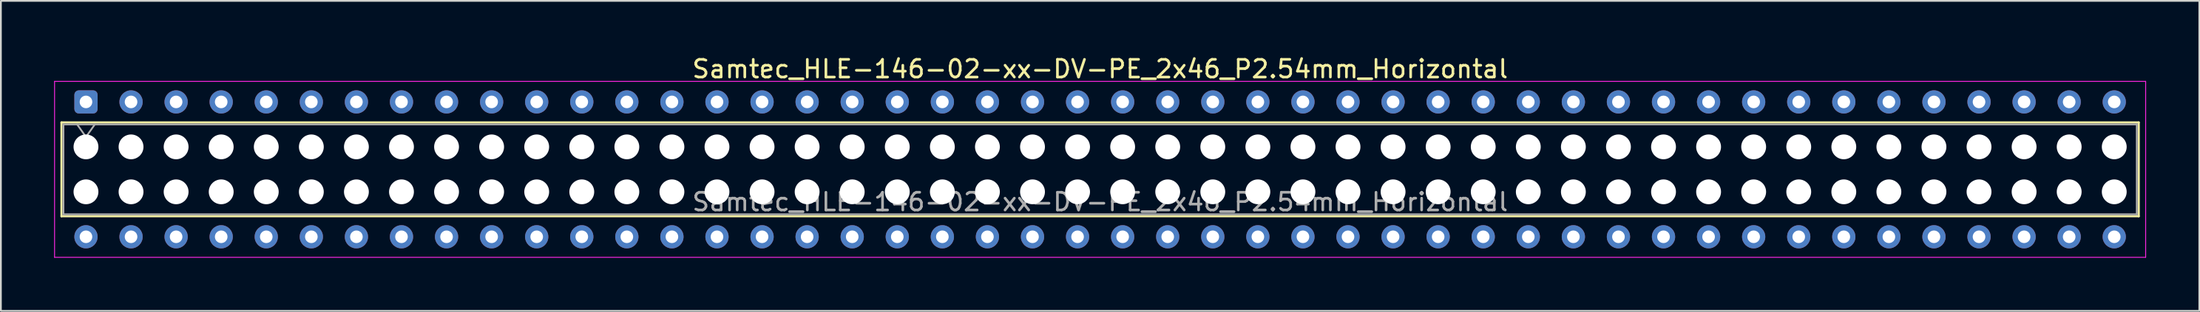
<source format=kicad_pcb>
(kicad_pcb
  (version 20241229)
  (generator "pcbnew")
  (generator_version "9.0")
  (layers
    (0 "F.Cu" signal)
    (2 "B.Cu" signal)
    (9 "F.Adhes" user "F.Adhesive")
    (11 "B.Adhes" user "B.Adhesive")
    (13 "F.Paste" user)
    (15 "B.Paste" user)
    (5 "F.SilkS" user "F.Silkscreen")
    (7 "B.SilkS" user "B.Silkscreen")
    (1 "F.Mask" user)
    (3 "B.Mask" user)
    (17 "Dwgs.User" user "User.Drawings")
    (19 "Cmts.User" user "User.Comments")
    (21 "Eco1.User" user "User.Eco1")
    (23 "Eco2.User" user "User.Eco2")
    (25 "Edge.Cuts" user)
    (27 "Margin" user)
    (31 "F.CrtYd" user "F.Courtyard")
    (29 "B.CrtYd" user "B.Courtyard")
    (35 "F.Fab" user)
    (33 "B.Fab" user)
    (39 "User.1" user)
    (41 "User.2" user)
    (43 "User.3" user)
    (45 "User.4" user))
  (footprint "Samtec_HLE-146-02-xx-DV-PE_2x46_P2.54mm_Horizontal"
    (layer "F.Cu")
    (at 1.795 2.708)
    (property "Reference" "Samtec_HLE-146-02-xx-DV-PE_2x46_P2.54mm_Horizontal" (at 57.15 -1.86 0) (layer "F.SilkS") (effects (font (size 1 1) (thickness 0.15))))
    (attr through_hole)
    (fp_line (start -1.38 1.16) (end 115.68 1.16) (stroke (width 0.12) (type solid)) (layer "F.SilkS"))
    (fp_line (start -1.38 6.46) (end -1.38 1.16) (stroke (width 0.12) (type solid)) (layer "F.SilkS"))
    (fp_line (start 115.68 1.16) (end 115.68 6.46) (stroke (width 0.12) (type solid)) (layer "F.SilkS"))
    (fp_line (start 115.68 6.46) (end -1.38 6.46) (stroke (width 0.12) (type solid)) (layer "F.SilkS"))
    (fp_line (start -1.77 -1.16) (end 116.07 -1.16) (stroke (width 0.05) (type solid)) (layer "F.CrtYd"))
    (fp_line (start -1.77 8.78) (end -1.77 -1.16) (stroke (width 0.05) (type solid)) (layer "F.CrtYd"))
    (fp_line (start 116.07 -1.16) (end 116.07 8.78) (stroke (width 0.05) (type solid)) (layer "F.CrtYd"))
    (fp_line (start 116.07 8.78) (end -1.77 8.78) (stroke (width 0.05) (type solid)) (layer "F.CrtYd"))
    (fp_line (start -1.27 1.27) (end 115.57 1.27) (stroke (width 0.1) (type solid)) (layer "F.Fab"))
    (fp_line (start -1.27 6.35) (end -1.27 1.27) (stroke (width 0.1) (type solid)) (layer "F.Fab"))
    (fp_line (start -0.5 1.27) (end 0 1.977) (stroke (width 0.1) (type solid)) (layer "F.Fab"))
    (fp_line (start 0 1.977) (end 0.5 1.27) (stroke (width 0.1) (type solid)) (layer "F.Fab"))
    (fp_line (start 115.57 1.27) (end 115.57 6.35) (stroke (width 0.1) (type solid)) (layer "F.Fab"))
    (fp_line (start 115.57 6.35) (end -1.27 6.35) (stroke (width 0.1) (type solid)) (layer "F.Fab"))
    (fp_text user "${REFERENCE}" (at 57.15 5.65 0) (layer "F.Fab") (effects (font (size 1 1) (thickness 0.15))))
    (pad "" np_thru_hole circle (at 0 2.54) (size 1.4 1.4) (drill 1.4) (layers "*.Cu" "*.Mask"))
    (pad "" np_thru_hole circle (at 0 5.08) (size 1.4 1.4) (drill 1.4) (layers "*.Cu" "*.Mask"))
    (pad "" np_thru_hole circle (at 2.54 2.54) (size 1.4 1.4) (drill 1.4) (layers "*.Cu" "*.Mask"))
    (pad "" np_thru_hole circle (at 2.54 5.08) (size 1.4 1.4) (drill 1.4) (layers "*.Cu" "*.Mask"))
    (pad "" np_thru_hole circle (at 5.08 2.54) (size 1.4 1.4) (drill 1.4) (layers "*.Cu" "*.Mask"))
    (pad "" np_thru_hole circle (at 5.08 5.08) (size 1.4 1.4) (drill 1.4) (layers "*.Cu" "*.Mask"))
    (pad "" np_thru_hole circle (at 7.62 2.54) (size 1.4 1.4) (drill 1.4) (layers "*.Cu" "*.Mask"))
    (pad "" np_thru_hole circle (at 7.62 5.08) (size 1.4 1.4) (drill 1.4) (layers "*.Cu" "*.Mask"))
    (pad "" np_thru_hole circle (at 10.16 2.54) (size 1.4 1.4) (drill 1.4) (layers "*.Cu" "*.Mask"))
    (pad "" np_thru_hole circle (at 10.16 5.08) (size 1.4 1.4) (drill 1.4) (layers "*.Cu" "*.Mask"))
    (pad "" np_thru_hole circle (at 12.7 2.54) (size 1.4 1.4) (drill 1.4) (layers "*.Cu" "*.Mask"))
    (pad "" np_thru_hole circle (at 12.7 5.08) (size 1.4 1.4) (drill 1.4) (layers "*.Cu" "*.Mask"))
    (pad "" np_thru_hole circle (at 15.24 2.54) (size 1.4 1.4) (drill 1.4) (layers "*.Cu" "*.Mask"))
    (pad "" np_thru_hole circle (at 15.24 5.08) (size 1.4 1.4) (drill 1.4) (layers "*.Cu" "*.Mask"))
    (pad "" np_thru_hole circle (at 17.78 2.54) (size 1.4 1.4) (drill 1.4) (layers "*.Cu" "*.Mask"))
    (pad "" np_thru_hole circle (at 17.78 5.08) (size 1.4 1.4) (drill 1.4) (layers "*.Cu" "*.Mask"))
    (pad "" np_thru_hole circle (at 20.32 2.54) (size 1.4 1.4) (drill 1.4) (layers "*.Cu" "*.Mask"))
    (pad "" np_thru_hole circle (at 20.32 5.08) (size 1.4 1.4) (drill 1.4) (layers "*.Cu" "*.Mask"))
    (pad "" np_thru_hole circle (at 22.86 2.54) (size 1.4 1.4) (drill 1.4) (layers "*.Cu" "*.Mask"))
    (pad "" np_thru_hole circle (at 22.86 5.08) (size 1.4 1.4) (drill 1.4) (layers "*.Cu" "*.Mask"))
    (pad "" np_thru_hole circle (at 25.4 2.54) (size 1.4 1.4) (drill 1.4) (layers "*.Cu" "*.Mask"))
    (pad "" np_thru_hole circle (at 25.4 5.08) (size 1.4 1.4) (drill 1.4) (layers "*.Cu" "*.Mask"))
    (pad "" np_thru_hole circle (at 27.94 2.54) (size 1.4 1.4) (drill 1.4) (layers "*.Cu" "*.Mask"))
    (pad "" np_thru_hole circle (at 27.94 5.08) (size 1.4 1.4) (drill 1.4) (layers "*.Cu" "*.Mask"))
    (pad "" np_thru_hole circle (at 30.48 2.54) (size 1.4 1.4) (drill 1.4) (layers "*.Cu" "*.Mask"))
    (pad "" np_thru_hole circle (at 30.48 5.08) (size 1.4 1.4) (drill 1.4) (layers "*.Cu" "*.Mask"))
    (pad "" np_thru_hole circle (at 33.02 2.54) (size 1.4 1.4) (drill 1.4) (layers "*.Cu" "*.Mask"))
    (pad "" np_thru_hole circle (at 33.02 5.08) (size 1.4 1.4) (drill 1.4) (layers "*.Cu" "*.Mask"))
    (pad "" np_thru_hole circle (at 35.56 2.54) (size 1.4 1.4) (drill 1.4) (layers "*.Cu" "*.Mask"))
    (pad "" np_thru_hole circle (at 35.56 5.08) (size 1.4 1.4) (drill 1.4) (layers "*.Cu" "*.Mask"))
    (pad "" np_thru_hole circle (at 38.1 2.54) (size 1.4 1.4) (drill 1.4) (layers "*.Cu" "*.Mask"))
    (pad "" np_thru_hole circle (at 38.1 5.08) (size 1.4 1.4) (drill 1.4) (layers "*.Cu" "*.Mask"))
    (pad "" np_thru_hole circle (at 40.64 2.54) (size 1.4 1.4) (drill 1.4) (layers "*.Cu" "*.Mask"))
    (pad "" np_thru_hole circle (at 40.64 5.08) (size 1.4 1.4) (drill 1.4) (layers "*.Cu" "*.Mask"))
    (pad "" np_thru_hole circle (at 43.18 2.54) (size 1.4 1.4) (drill 1.4) (layers "*.Cu" "*.Mask"))
    (pad "" np_thru_hole circle (at 43.18 5.08) (size 1.4 1.4) (drill 1.4) (layers "*.Cu" "*.Mask"))
    (pad "" np_thru_hole circle (at 45.72 2.54) (size 1.4 1.4) (drill 1.4) (layers "*.Cu" "*.Mask"))
    (pad "" np_thru_hole circle (at 45.72 5.08) (size 1.4 1.4) (drill 1.4) (layers "*.Cu" "*.Mask"))
    (pad "" np_thru_hole circle (at 48.26 2.54) (size 1.4 1.4) (drill 1.4) (layers "*.Cu" "*.Mask"))
    (pad "" np_thru_hole circle (at 48.26 5.08) (size 1.4 1.4) (drill 1.4) (layers "*.Cu" "*.Mask"))
    (pad "" np_thru_hole circle (at 50.8 2.54) (size 1.4 1.4) (drill 1.4) (layers "*.Cu" "*.Mask"))
    (pad "" np_thru_hole circle (at 50.8 5.08) (size 1.4 1.4) (drill 1.4) (layers "*.Cu" "*.Mask"))
    (pad "" np_thru_hole circle (at 53.34 2.54) (size 1.4 1.4) (drill 1.4) (layers "*.Cu" "*.Mask"))
    (pad "" np_thru_hole circle (at 53.34 5.08) (size 1.4 1.4) (drill 1.4) (layers "*.Cu" "*.Mask"))
    (pad "" np_thru_hole circle (at 55.88 2.54) (size 1.4 1.4) (drill 1.4) (layers "*.Cu" "*.Mask"))
    (pad "" np_thru_hole circle (at 55.88 5.08) (size 1.4 1.4) (drill 1.4) (layers "*.Cu" "*.Mask"))
    (pad "" np_thru_hole circle (at 58.42 2.54) (size 1.4 1.4) (drill 1.4) (layers "*.Cu" "*.Mask"))
    (pad "" np_thru_hole circle (at 58.42 5.08) (size 1.4 1.4) (drill 1.4) (layers "*.Cu" "*.Mask"))
    (pad "" np_thru_hole circle (at 60.96 2.54) (size 1.4 1.4) (drill 1.4) (layers "*.Cu" "*.Mask"))
    (pad "" np_thru_hole circle (at 60.96 5.08) (size 1.4 1.4) (drill 1.4) (layers "*.Cu" "*.Mask"))
    (pad "" np_thru_hole circle (at 63.5 2.54) (size 1.4 1.4) (drill 1.4) (layers "*.Cu" "*.Mask"))
    (pad "" np_thru_hole circle (at 63.5 5.08) (size 1.4 1.4) (drill 1.4) (layers "*.Cu" "*.Mask"))
    (pad "" np_thru_hole circle (at 66.04 2.54) (size 1.4 1.4) (drill 1.4) (layers "*.Cu" "*.Mask"))
    (pad "" np_thru_hole circle (at 66.04 5.08) (size 1.4 1.4) (drill 1.4) (layers "*.Cu" "*.Mask"))
    (pad "" np_thru_hole circle (at 68.58 2.54) (size 1.4 1.4) (drill 1.4) (layers "*.Cu" "*.Mask"))
    (pad "" np_thru_hole circle (at 68.58 5.08) (size 1.4 1.4) (drill 1.4) (layers "*.Cu" "*.Mask"))
    (pad "" np_thru_hole circle (at 71.12 2.54) (size 1.4 1.4) (drill 1.4) (layers "*.Cu" "*.Mask"))
    (pad "" np_thru_hole circle (at 71.12 5.08) (size 1.4 1.4) (drill 1.4) (layers "*.Cu" "*.Mask"))
    (pad "" np_thru_hole circle (at 73.66 2.54) (size 1.4 1.4) (drill 1.4) (layers "*.Cu" "*.Mask"))
    (pad "" np_thru_hole circle (at 73.66 5.08) (size 1.4 1.4) (drill 1.4) (layers "*.Cu" "*.Mask"))
    (pad "" np_thru_hole circle (at 76.2 2.54) (size 1.4 1.4) (drill 1.4) (layers "*.Cu" "*.Mask"))
    (pad "" np_thru_hole circle (at 76.2 5.08) (size 1.4 1.4) (drill 1.4) (layers "*.Cu" "*.Mask"))
    (pad "" np_thru_hole circle (at 78.74 2.54) (size 1.4 1.4) (drill 1.4) (layers "*.Cu" "*.Mask"))
    (pad "" np_thru_hole circle (at 78.74 5.08) (size 1.4 1.4) (drill 1.4) (layers "*.Cu" "*.Mask"))
    (pad "" np_thru_hole circle (at 81.28 2.54) (size 1.4 1.4) (drill 1.4) (layers "*.Cu" "*.Mask"))
    (pad "" np_thru_hole circle (at 81.28 5.08) (size 1.4 1.4) (drill 1.4) (layers "*.Cu" "*.Mask"))
    (pad "" np_thru_hole circle (at 83.82 2.54) (size 1.4 1.4) (drill 1.4) (layers "*.Cu" "*.Mask"))
    (pad "" np_thru_hole circle (at 83.82 5.08) (size 1.4 1.4) (drill 1.4) (layers "*.Cu" "*.Mask"))
    (pad "" np_thru_hole circle (at 86.36 2.54) (size 1.4 1.4) (drill 1.4) (layers "*.Cu" "*.Mask"))
    (pad "" np_thru_hole circle (at 86.36 5.08) (size 1.4 1.4) (drill 1.4) (layers "*.Cu" "*.Mask"))
    (pad "" np_thru_hole circle (at 88.9 2.54) (size 1.4 1.4) (drill 1.4) (layers "*.Cu" "*.Mask"))
    (pad "" np_thru_hole circle (at 88.9 5.08) (size 1.4 1.4) (drill 1.4) (layers "*.Cu" "*.Mask"))
    (pad "" np_thru_hole circle (at 91.44 2.54) (size 1.4 1.4) (drill 1.4) (layers "*.Cu" "*.Mask"))
    (pad "" np_thru_hole circle (at 91.44 5.08) (size 1.4 1.4) (drill 1.4) (layers "*.Cu" "*.Mask"))
    (pad "" np_thru_hole circle (at 93.98 2.54) (size 1.4 1.4) (drill 1.4) (layers "*.Cu" "*.Mask"))
    (pad "" np_thru_hole circle (at 93.98 5.08) (size 1.4 1.4) (drill 1.4) (layers "*.Cu" "*.Mask"))
    (pad "" np_thru_hole circle (at 96.52 2.54) (size 1.4 1.4) (drill 1.4) (layers "*.Cu" "*.Mask"))
    (pad "" np_thru_hole circle (at 96.52 5.08) (size 1.4 1.4) (drill 1.4) (layers "*.Cu" "*.Mask"))
    (pad "" np_thru_hole circle (at 99.06 2.54) (size 1.4 1.4) (drill 1.4) (layers "*.Cu" "*.Mask"))
    (pad "" np_thru_hole circle (at 99.06 5.08) (size 1.4 1.4) (drill 1.4) (layers "*.Cu" "*.Mask"))
    (pad "" np_thru_hole circle (at 101.6 2.54) (size 1.4 1.4) (drill 1.4) (layers "*.Cu" "*.Mask"))
    (pad "" np_thru_hole circle (at 101.6 5.08) (size 1.4 1.4) (drill 1.4) (layers "*.Cu" "*.Mask"))
    (pad "" np_thru_hole circle (at 104.14 2.54) (size 1.4 1.4) (drill 1.4) (layers "*.Cu" "*.Mask"))
    (pad "" np_thru_hole circle (at 104.14 5.08) (size 1.4 1.4) (drill 1.4) (layers "*.Cu" "*.Mask"))
    (pad "" np_thru_hole circle (at 106.68 2.54) (size 1.4 1.4) (drill 1.4) (layers "*.Cu" "*.Mask"))
    (pad "" np_thru_hole circle (at 106.68 5.08) (size 1.4 1.4) (drill 1.4) (layers "*.Cu" "*.Mask"))
    (pad "" np_thru_hole circle (at 109.22 2.54) (size 1.4 1.4) (drill 1.4) (layers "*.Cu" "*.Mask"))
    (pad "" np_thru_hole circle (at 109.22 5.08) (size 1.4 1.4) (drill 1.4) (layers "*.Cu" "*.Mask"))
    (pad "" np_thru_hole circle (at 111.76 2.54) (size 1.4 1.4) (drill 1.4) (layers "*.Cu" "*.Mask"))
    (pad "" np_thru_hole circle (at 111.76 5.08) (size 1.4 1.4) (drill 1.4) (layers "*.Cu" "*.Mask"))
    (pad "" np_thru_hole circle (at 114.3 2.54) (size 1.4 1.4) (drill 1.4) (layers "*.Cu" "*.Mask"))
    (pad "" np_thru_hole circle (at 114.3 5.08) (size 1.4 1.4) (drill 1.4) (layers "*.Cu" "*.Mask"))
    (pad "1" thru_hole roundrect (at 0 0) (size 1.31 1.31) (drill 0.71) (layers "*.Cu" "*.Mask") (roundrect_rratio 0.191))
    (pad "2" thru_hole circle (at 0 7.62) (size 1.31 1.31) (drill 0.71) (layers "*.Cu" "*.Mask"))
    (pad "3" thru_hole circle (at 2.54 0) (size 1.31 1.31) (drill 0.71) (layers "*.Cu" "*.Mask"))
    (pad "4" thru_hole circle (at 2.54 7.62) (size 1.31 1.31) (drill 0.71) (layers "*.Cu" "*.Mask"))
    (pad "5" thru_hole circle (at 5.08 0) (size 1.31 1.31) (drill 0.71) (layers "*.Cu" "*.Mask"))
    (pad "6" thru_hole circle (at 5.08 7.62) (size 1.31 1.31) (drill 0.71) (layers "*.Cu" "*.Mask"))
    (pad "7" thru_hole circle (at 7.62 0) (size 1.31 1.31) (drill 0.71) (layers "*.Cu" "*.Mask"))
    (pad "8" thru_hole circle (at 7.62 7.62) (size 1.31 1.31) (drill 0.71) (layers "*.Cu" "*.Mask"))
    (pad "9" thru_hole circle (at 10.16 0) (size 1.31 1.31) (drill 0.71) (layers "*.Cu" "*.Mask"))
    (pad "10" thru_hole circle (at 10.16 7.62) (size 1.31 1.31) (drill 0.71) (layers "*.Cu" "*.Mask"))
    (pad "11" thru_hole circle (at 12.7 0) (size 1.31 1.31) (drill 0.71) (layers "*.Cu" "*.Mask"))
    (pad "12" thru_hole circle (at 12.7 7.62) (size 1.31 1.31) (drill 0.71) (layers "*.Cu" "*.Mask"))
    (pad "13" thru_hole circle (at 15.24 0) (size 1.31 1.31) (drill 0.71) (layers "*.Cu" "*.Mask"))
    (pad "14" thru_hole circle (at 15.24 7.62) (size 1.31 1.31) (drill 0.71) (layers "*.Cu" "*.Mask"))
    (pad "15" thru_hole circle (at 17.78 0) (size 1.31 1.31) (drill 0.71) (layers "*.Cu" "*.Mask"))
    (pad "16" thru_hole circle (at 17.78 7.62) (size 1.31 1.31) (drill 0.71) (layers "*.Cu" "*.Mask"))
    (pad "17" thru_hole circle (at 20.32 0) (size 1.31 1.31) (drill 0.71) (layers "*.Cu" "*.Mask"))
    (pad "18" thru_hole circle (at 20.32 7.62) (size 1.31 1.31) (drill 0.71) (layers "*.Cu" "*.Mask"))
    (pad "19" thru_hole circle (at 22.86 0) (size 1.31 1.31) (drill 0.71) (layers "*.Cu" "*.Mask"))
    (pad "20" thru_hole circle (at 22.86 7.62) (size 1.31 1.31) (drill 0.71) (layers "*.Cu" "*.Mask"))
    (pad "21" thru_hole circle (at 25.4 0) (size 1.31 1.31) (drill 0.71) (layers "*.Cu" "*.Mask"))
    (pad "22" thru_hole circle (at 25.4 7.62) (size 1.31 1.31) (drill 0.71) (layers "*.Cu" "*.Mask"))
    (pad "23" thru_hole circle (at 27.94 0) (size 1.31 1.31) (drill 0.71) (layers "*.Cu" "*.Mask"))
    (pad "24" thru_hole circle (at 27.94 7.62) (size 1.31 1.31) (drill 0.71) (layers "*.Cu" "*.Mask"))
    (pad "25" thru_hole circle (at 30.48 0) (size 1.31 1.31) (drill 0.71) (layers "*.Cu" "*.Mask"))
    (pad "26" thru_hole circle (at 30.48 7.62) (size 1.31 1.31) (drill 0.71) (layers "*.Cu" "*.Mask"))
    (pad "27" thru_hole circle (at 33.02 0) (size 1.31 1.31) (drill 0.71) (layers "*.Cu" "*.Mask"))
    (pad "28" thru_hole circle (at 33.02 7.62) (size 1.31 1.31) (drill 0.71) (layers "*.Cu" "*.Mask"))
    (pad "29" thru_hole circle (at 35.56 0) (size 1.31 1.31) (drill 0.71) (layers "*.Cu" "*.Mask"))
    (pad "30" thru_hole circle (at 35.56 7.62) (size 1.31 1.31) (drill 0.71) (layers "*.Cu" "*.Mask"))
    (pad "31" thru_hole circle (at 38.1 0) (size 1.31 1.31) (drill 0.71) (layers "*.Cu" "*.Mask"))
    (pad "32" thru_hole circle (at 38.1 7.62) (size 1.31 1.31) (drill 0.71) (layers "*.Cu" "*.Mask"))
    (pad "33" thru_hole circle (at 40.64 0) (size 1.31 1.31) (drill 0.71) (layers "*.Cu" "*.Mask"))
    (pad "34" thru_hole circle (at 40.64 7.62) (size 1.31 1.31) (drill 0.71) (layers "*.Cu" "*.Mask"))
    (pad "35" thru_hole circle (at 43.18 0) (size 1.31 1.31) (drill 0.71) (layers "*.Cu" "*.Mask"))
    (pad "36" thru_hole circle (at 43.18 7.62) (size 1.31 1.31) (drill 0.71) (layers "*.Cu" "*.Mask"))
    (pad "37" thru_hole circle (at 45.72 0) (size 1.31 1.31) (drill 0.71) (layers "*.Cu" "*.Mask"))
    (pad "38" thru_hole circle (at 45.72 7.62) (size 1.31 1.31) (drill 0.71) (layers "*.Cu" "*.Mask"))
    (pad "39" thru_hole circle (at 48.26 0) (size 1.31 1.31) (drill 0.71) (layers "*.Cu" "*.Mask"))
    (pad "40" thru_hole circle (at 48.26 7.62) (size 1.31 1.31) (drill 0.71) (layers "*.Cu" "*.Mask"))
    (pad "41" thru_hole circle (at 50.8 0) (size 1.31 1.31) (drill 0.71) (layers "*.Cu" "*.Mask"))
    (pad "42" thru_hole circle (at 50.8 7.62) (size 1.31 1.31) (drill 0.71) (layers "*.Cu" "*.Mask"))
    (pad "43" thru_hole circle (at 53.34 0) (size 1.31 1.31) (drill 0.71) (layers "*.Cu" "*.Mask"))
    (pad "44" thru_hole circle (at 53.34 7.62) (size 1.31 1.31) (drill 0.71) (layers "*.Cu" "*.Mask"))
    (pad "45" thru_hole circle (at 55.88 0) (size 1.31 1.31) (drill 0.71) (layers "*.Cu" "*.Mask"))
    (pad "46" thru_hole circle (at 55.88 7.62) (size 1.31 1.31) (drill 0.71) (layers "*.Cu" "*.Mask"))
    (pad "47" thru_hole circle (at 58.42 0) (size 1.31 1.31) (drill 0.71) (layers "*.Cu" "*.Mask"))
    (pad "48" thru_hole circle (at 58.42 7.62) (size 1.31 1.31) (drill 0.71) (layers "*.Cu" "*.Mask"))
    (pad "49" thru_hole circle (at 60.96 0) (size 1.31 1.31) (drill 0.71) (layers "*.Cu" "*.Mask"))
    (pad "50" thru_hole circle (at 60.96 7.62) (size 1.31 1.31) (drill 0.71) (layers "*.Cu" "*.Mask"))
    (pad "51" thru_hole circle (at 63.5 0) (size 1.31 1.31) (drill 0.71) (layers "*.Cu" "*.Mask"))
    (pad "52" thru_hole circle (at 63.5 7.62) (size 1.31 1.31) (drill 0.71) (layers "*.Cu" "*.Mask"))
    (pad "53" thru_hole circle (at 66.04 0) (size 1.31 1.31) (drill 0.71) (layers "*.Cu" "*.Mask"))
    (pad "54" thru_hole circle (at 66.04 7.62) (size 1.31 1.31) (drill 0.71) (layers "*.Cu" "*.Mask"))
    (pad "55" thru_hole circle (at 68.58 0) (size 1.31 1.31) (drill 0.71) (layers "*.Cu" "*.Mask"))
    (pad "56" thru_hole circle (at 68.58 7.62) (size 1.31 1.31) (drill 0.71) (layers "*.Cu" "*.Mask"))
    (pad "57" thru_hole circle (at 71.12 0) (size 1.31 1.31) (drill 0.71) (layers "*.Cu" "*.Mask"))
    (pad "58" thru_hole circle (at 71.12 7.62) (size 1.31 1.31) (drill 0.71) (layers "*.Cu" "*.Mask"))
    (pad "59" thru_hole circle (at 73.66 0) (size 1.31 1.31) (drill 0.71) (layers "*.Cu" "*.Mask"))
    (pad "60" thru_hole circle (at 73.66 7.62) (size 1.31 1.31) (drill 0.71) (layers "*.Cu" "*.Mask"))
    (pad "61" thru_hole circle (at 76.2 0) (size 1.31 1.31) (drill 0.71) (layers "*.Cu" "*.Mask"))
    (pad "62" thru_hole circle (at 76.2 7.62) (size 1.31 1.31) (drill 0.71) (layers "*.Cu" "*.Mask"))
    (pad "63" thru_hole circle (at 78.74 0) (size 1.31 1.31) (drill 0.71) (layers "*.Cu" "*.Mask"))
    (pad "64" thru_hole circle (at 78.74 7.62) (size 1.31 1.31) (drill 0.71) (layers "*.Cu" "*.Mask"))
    (pad "65" thru_hole circle (at 81.28 0) (size 1.31 1.31) (drill 0.71) (layers "*.Cu" "*.Mask"))
    (pad "66" thru_hole circle (at 81.28 7.62) (size 1.31 1.31) (drill 0.71) (layers "*.Cu" "*.Mask"))
    (pad "67" thru_hole circle (at 83.82 0) (size 1.31 1.31) (drill 0.71) (layers "*.Cu" "*.Mask"))
    (pad "68" thru_hole circle (at 83.82 7.62) (size 1.31 1.31) (drill 0.71) (layers "*.Cu" "*.Mask"))
    (pad "69" thru_hole circle (at 86.36 0) (size 1.31 1.31) (drill 0.71) (layers "*.Cu" "*.Mask"))
    (pad "70" thru_hole circle (at 86.36 7.62) (size 1.31 1.31) (drill 0.71) (layers "*.Cu" "*.Mask"))
    (pad "71" thru_hole circle (at 88.9 0) (size 1.31 1.31) (drill 0.71) (layers "*.Cu" "*.Mask"))
    (pad "72" thru_hole circle (at 88.9 7.62) (size 1.31 1.31) (drill 0.71) (layers "*.Cu" "*.Mask"))
    (pad "73" thru_hole circle (at 91.44 0) (size 1.31 1.31) (drill 0.71) (layers "*.Cu" "*.Mask"))
    (pad "74" thru_hole circle (at 91.44 7.62) (size 1.31 1.31) (drill 0.71) (layers "*.Cu" "*.Mask"))
    (pad "75" thru_hole circle (at 93.98 0) (size 1.31 1.31) (drill 0.71) (layers "*.Cu" "*.Mask"))
    (pad "76" thru_hole circle (at 93.98 7.62) (size 1.31 1.31) (drill 0.71) (layers "*.Cu" "*.Mask"))
    (pad "77" thru_hole circle (at 96.52 0) (size 1.31 1.31) (drill 0.71) (layers "*.Cu" "*.Mask"))
    (pad "78" thru_hole circle (at 96.52 7.62) (size 1.31 1.31) (drill 0.71) (layers "*.Cu" "*.Mask"))
    (pad "79" thru_hole circle (at 99.06 0) (size 1.31 1.31) (drill 0.71) (layers "*.Cu" "*.Mask"))
    (pad "80" thru_hole circle (at 99.06 7.62) (size 1.31 1.31) (drill 0.71) (layers "*.Cu" "*.Mask"))
    (pad "81" thru_hole circle (at 101.6 0) (size 1.31 1.31) (drill 0.71) (layers "*.Cu" "*.Mask"))
    (pad "82" thru_hole circle (at 101.6 7.62) (size 1.31 1.31) (drill 0.71) (layers "*.Cu" "*.Mask"))
    (pad "83" thru_hole circle (at 104.14 0) (size 1.31 1.31) (drill 0.71) (layers "*.Cu" "*.Mask"))
    (pad "84" thru_hole circle (at 104.14 7.62) (size 1.31 1.31) (drill 0.71) (layers "*.Cu" "*.Mask"))
    (pad "85" thru_hole circle (at 106.68 0) (size 1.31 1.31) (drill 0.71) (layers "*.Cu" "*.Mask"))
    (pad "86" thru_hole circle (at 106.68 7.62) (size 1.31 1.31) (drill 0.71) (layers "*.Cu" "*.Mask"))
    (pad "87" thru_hole circle (at 109.22 0) (size 1.31 1.31) (drill 0.71) (layers "*.Cu" "*.Mask"))
    (pad "88" thru_hole circle (at 109.22 7.62) (size 1.31 1.31) (drill 0.71) (layers "*.Cu" "*.Mask"))
    (pad "89" thru_hole circle (at 111.76 0) (size 1.31 1.31) (drill 0.71) (layers "*.Cu" "*.Mask"))
    (pad "90" thru_hole circle (at 111.76 7.62) (size 1.31 1.31) (drill 0.71) (layers "*.Cu" "*.Mask"))
    (pad "91" thru_hole circle (at 114.3 0) (size 1.31 1.31) (drill 0.71) (layers "*.Cu" "*.Mask"))
    (pad "92" thru_hole circle (at 114.3 7.62) (size 1.31 1.31) (drill 0.71) (layers "*.Cu" "*.Mask")))
  (gr_rect
    (start -3 -3)
    (end 120.89 14.513)
    (stroke (width 0.1) (type default))
    (fill no)
    (layer "Edge.Cuts")))
</source>
